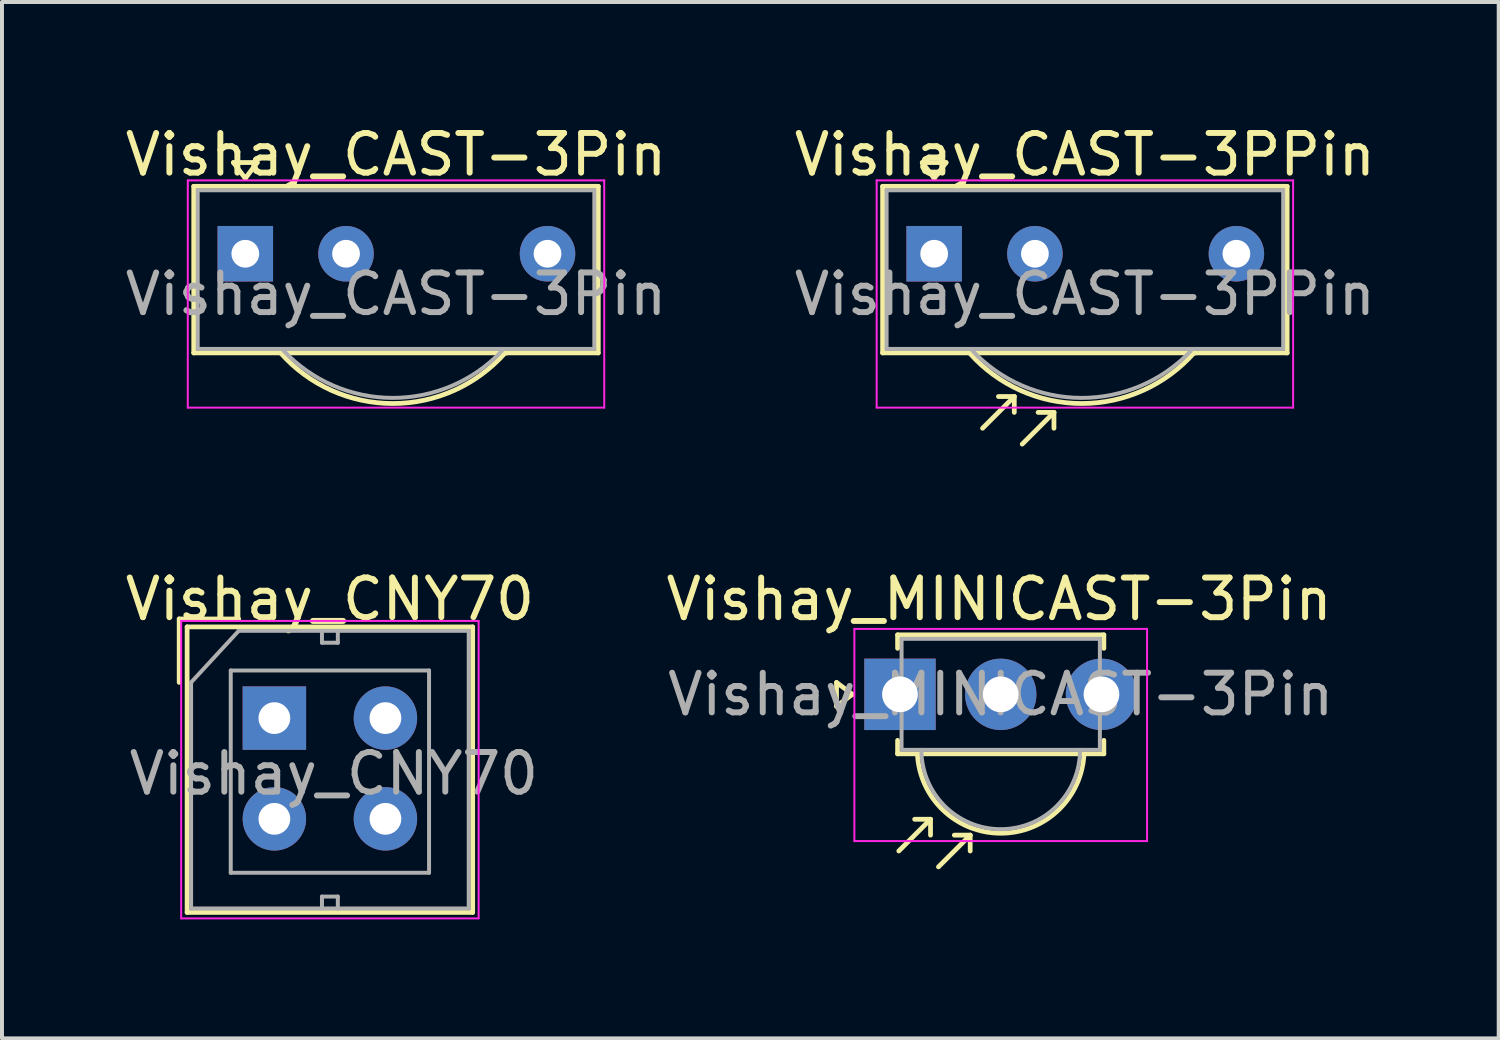
<source format=kicad_pcb>
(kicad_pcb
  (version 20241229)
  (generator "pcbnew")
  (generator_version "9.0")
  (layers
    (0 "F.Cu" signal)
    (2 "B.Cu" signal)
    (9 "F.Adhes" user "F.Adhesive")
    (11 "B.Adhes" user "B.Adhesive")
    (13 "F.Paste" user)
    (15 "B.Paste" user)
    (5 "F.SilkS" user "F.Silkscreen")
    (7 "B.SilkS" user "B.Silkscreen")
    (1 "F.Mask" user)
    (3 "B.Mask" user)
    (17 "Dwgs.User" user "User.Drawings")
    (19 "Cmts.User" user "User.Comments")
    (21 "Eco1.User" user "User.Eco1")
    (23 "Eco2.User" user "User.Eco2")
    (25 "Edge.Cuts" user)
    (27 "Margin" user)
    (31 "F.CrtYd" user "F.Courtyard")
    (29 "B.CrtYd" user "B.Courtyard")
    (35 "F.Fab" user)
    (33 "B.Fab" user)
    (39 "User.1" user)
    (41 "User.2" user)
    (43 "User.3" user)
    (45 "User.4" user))
  (footprint "Vishay_MINICAST-3Pin"
    (layer "F.Cu")
    (at 19.642 14.457)
    (property "Reference" "Vishay_MINICAST-3Pin" (at 2.5 -2.4 180) (layer "F.SilkS") (effects (font (size 1 1) (thickness 0.15))))
    (attr through_hole)
    (fp_line (start -1.6 -0.3) (end -1.6 0.3) (stroke (width 0.12) (type solid)) (layer "F.SilkS"))
    (fp_line (start -1.6 0.3) (end -1.2 0) (stroke (width 0.12) (type solid)) (layer "F.SilkS"))
    (fp_line (start -1.2 0) (end -1.6 -0.3) (stroke (width 0.12) (type solid)) (layer "F.SilkS"))
    (fp_line (start -0.06 -1.5) (end -0.06 -1.16) (stroke (width 0.12) (type solid)) (layer "F.SilkS"))
    (fp_line (start -0.06 1.5) (end -0.06 1.16) (stroke (width 0.12) (type solid)) (layer "F.SilkS"))
    (fp_line (start 0.77 3.15) (end -0.03 3.95) (stroke (width 0.12) (type solid)) (layer "F.SilkS"))
    (fp_line (start 0.77 3.15) (end 0.37 3.15) (stroke (width 0.12) (type solid)) (layer "F.SilkS"))
    (fp_line (start 0.77 3.15) (end 0.77 3.55) (stroke (width 0.12) (type solid)) (layer "F.SilkS"))
    (fp_line (start 1.77 3.55) (end 0.97 4.35) (stroke (width 0.12) (type solid)) (layer "F.SilkS"))
    (fp_line (start 1.77 3.55) (end 1.37 3.55) (stroke (width 0.12) (type solid)) (layer "F.SilkS"))
    (fp_line (start 1.77 3.55) (end 1.77 3.95) (stroke (width 0.12) (type solid)) (layer "F.SilkS"))
    (fp_line (start 5.14 -1.5) (end -0.06 -1.5) (stroke (width 0.12) (type solid)) (layer "F.SilkS"))
    (fp_line (start 5.14 -1.16) (end 5.14 -1.5) (stroke (width 0.12) (type solid)) (layer "F.SilkS"))
    (fp_line (start 5.14 1.16) (end 5.14 1.5) (stroke (width 0.12) (type solid)) (layer "F.SilkS"))
    (fp_line (start 5.14 1.5) (end -0.06 1.5) (stroke (width 0.12) (type solid)) (layer "F.SilkS"))
    (fp_arc (start 4.64 1.5) (mid 2.540869 3.502379) (end 0.440083 1.501736) (stroke (width 0.12) (type solid)) (layer "F.SilkS"))
    (fp_line (start -1.15 -1.65) (end -1.15 3.7) (stroke (width 0.05) (type solid)) (layer "F.CrtYd"))
    (fp_line (start -1.15 -1.65) (end 6.23 -1.65) (stroke (width 0.05) (type solid)) (layer "F.CrtYd"))
    (fp_line (start 6.23 3.7) (end -1.15 3.7) (stroke (width 0.05) (type solid)) (layer "F.CrtYd"))
    (fp_line (start 6.23 3.7) (end 6.23 -1.65) (stroke (width 0.05) (type solid)) (layer "F.CrtYd"))
    (fp_line (start 0.04 -1.4) (end 5.04 -1.4) (stroke (width 0.1) (type solid)) (layer "F.Fab"))
    (fp_line (start 0.04 1.4) (end 0.04 -1.4) (stroke (width 0.1) (type solid)) (layer "F.Fab"))
    (fp_line (start 5.04 -1.4) (end 5.04 1.4) (stroke (width 0.1) (type solid)) (layer "F.Fab"))
    (fp_line (start 5.04 1.4) (end 0.04 1.4) (stroke (width 0.1) (type solid)) (layer "F.Fab"))
    (fp_arc (start 4.54 1.4) (mid 2.54 3.4) (end 0.54 1.4) (stroke (width 0.1) (type solid)) (layer "F.Fab"))
    (fp_text user "${REFERENCE}" (at 2.54 0 0) (layer "F.Fab") (effects (font (size 1 1) (thickness 0.15))))
    (pad "1" thru_hole rect (at 0 0) (size 1.8 1.8) (drill 0.9) (layers "*.Cu" "*.Mask"))
    (pad "2" thru_hole circle (at 2.54 0) (size 1.8 1.8) (drill 0.9) (layers "*.Cu" "*.Mask"))
    (pad "3" thru_hole circle (at 5.08 0) (size 1.8 1.8) (drill 0.9) (layers "*.Cu" "*.Mask")))
  (footprint "Vishay_CNY70"
    (layer "F.Cu")
    (at 3.868 15.056)
    (property "Reference" "Vishay_CNY70" (at 1.4 -3 0) (layer "F.SilkS") (effects (font (size 1 1) (thickness 0.15))))
    (attr through_hole)
    (fp_line (start -2.4 -2.5) (end -0.9 -2.5) (stroke (width 0.12) (type solid)) (layer "F.SilkS"))
    (fp_line (start -2.4 -0.9) (end -2.4 -2.5) (stroke (width 0.12) (type solid)) (layer "F.SilkS"))
    (fp_line (start -2.2 -2.3) (end -2.2 4.9) (stroke (width 0.12) (type solid)) (layer "F.SilkS"))
    (fp_line (start -2.2 4.9) (end 5 4.9) (stroke (width 0.12) (type solid)) (layer "F.SilkS"))
    (fp_line (start 5 -2.3) (end -2.2 -2.3) (stroke (width 0.12) (type solid)) (layer "F.SilkS"))
    (fp_line (start 5 4.9) (end 5 -2.3) (stroke (width 0.12) (type solid)) (layer "F.SilkS"))
    (fp_line (start -2.35 -2.45) (end -2.35 5.05) (stroke (width 0.05) (type solid)) (layer "F.CrtYd"))
    (fp_line (start -2.35 -2.45) (end 5.15 -2.45) (stroke (width 0.05) (type solid)) (layer "F.CrtYd"))
    (fp_line (start 5.15 5.05) (end -2.35 5.05) (stroke (width 0.05) (type solid)) (layer "F.CrtYd"))
    (fp_line (start 5.15 5.05) (end 5.15 -2.45) (stroke (width 0.05) (type solid)) (layer "F.CrtYd"))
    (fp_line (start -2.1 -0.9) (end -0.9 -2.2) (stroke (width 0.1) (type solid)) (layer "F.Fab"))
    (fp_line (start -2.1 4.8) (end -2.1 -0.9) (stroke (width 0.1) (type solid)) (layer "F.Fab"))
    (fp_line (start -1.1 -1.2) (end -1.1 3.9) (stroke (width 0.1) (type solid)) (layer "F.Fab"))
    (fp_line (start -1.1 3.9) (end 3.9 3.9) (stroke (width 0.1) (type solid)) (layer "F.Fab"))
    (fp_line (start -0.9 -2.2) (end 4.9 -2.2) (stroke (width 0.1) (type solid)) (layer "F.Fab"))
    (fp_line (start 1.2 -2.2) (end 1.2 -1.9) (stroke (width 0.1) (type solid)) (layer "F.Fab"))
    (fp_line (start 1.2 -1.9) (end 1.6 -1.9) (stroke (width 0.1) (type solid)) (layer "F.Fab"))
    (fp_line (start 1.2 4.5) (end 1.2 4.8) (stroke (width 0.1) (type solid)) (layer "F.Fab"))
    (fp_line (start 1.6 -1.9) (end 1.6 -2.2) (stroke (width 0.1) (type solid)) (layer "F.Fab"))
    (fp_line (start 1.6 4.5) (end 1.2 4.5) (stroke (width 0.1) (type solid)) (layer "F.Fab"))
    (fp_line (start 1.6 4.8) (end 1.6 4.5) (stroke (width 0.1) (type solid)) (layer "F.Fab"))
    (fp_line (start 3.9 -1.2) (end -1.1 -1.2) (stroke (width 0.1) (type solid)) (layer "F.Fab"))
    (fp_line (start 3.9 3.9) (end 3.9 -1.2) (stroke (width 0.1) (type solid)) (layer "F.Fab"))
    (fp_line (start 4.9 -2.2) (end 4.9 4.8) (stroke (width 0.1) (type solid)) (layer "F.Fab"))
    (fp_line (start 4.9 4.8) (end -2.1 4.8) (stroke (width 0.1) (type solid)) (layer "F.Fab"))
    (fp_text user "${REFERENCE}" (at 1.5 1.4 0) (layer "F.Fab") (effects (font (size 1 1) (thickness 0.15))))
    (pad "1" thru_hole rect (at 0 0) (size 1.6 1.6) (drill 0.8) (layers "*.Cu" "*.Mask"))
    (pad "2" thru_hole circle (at 0 2.54) (size 1.6 1.6) (drill 0.8) (layers "*.Cu" "*.Mask"))
    (pad "3" thru_hole circle (at 2.8 2.54) (size 1.6 1.6) (drill 0.8) (layers "*.Cu" "*.Mask"))
    (pad "4" thru_hole circle (at 2.8 0) (size 1.6 1.6) (drill 0.8) (layers "*.Cu" "*.Mask")))
  (footprint "Vishay_CAST-3PPin"
    (layer "F.Cu")
    (at 20.504 3.348)
    (property "Reference" "Vishay_CAST-3PPin" (at 3.8 -2.5 0) (layer "F.SilkS") (effects (font (size 1 1) (thickness 0.15))))
    (attr through_hole)
    (fp_line (start -1.3 -1.7) (end -1.3 2.5) (stroke (width 0.12) (type solid)) (layer "F.SilkS"))
    (fp_line (start -1.3 2.5) (end 0.9 2.5) (stroke (width 0.12) (type solid)) (layer "F.SilkS"))
    (fp_line (start -0.3 -2.3) (end 0.3 -2.3) (stroke (width 0.12) (type solid)) (layer "F.SilkS"))
    (fp_line (start 0 -1.9) (end -0.3 -2.3) (stroke (width 0.12) (type solid)) (layer "F.SilkS"))
    (fp_line (start 0.3 -2.3) (end 0 -1.9) (stroke (width 0.12) (type solid)) (layer "F.SilkS"))
    (fp_line (start 0.9 2.5) (end 6.6 2.5) (stroke (width 0.12) (type solid)) (layer "F.SilkS"))
    (fp_line (start 2.02 3.6) (end 1.22 4.4) (stroke (width 0.12) (type solid)) (layer "F.SilkS"))
    (fp_line (start 2.02 3.6) (end 1.62 3.6) (stroke (width 0.12) (type solid)) (layer "F.SilkS"))
    (fp_line (start 2.02 3.6) (end 2.02 4) (stroke (width 0.12) (type solid)) (layer "F.SilkS"))
    (fp_line (start 3.02 4) (end 2.22 4.8) (stroke (width 0.12) (type solid)) (layer "F.SilkS"))
    (fp_line (start 3.02 4) (end 2.62 4) (stroke (width 0.12) (type solid)) (layer "F.SilkS"))
    (fp_line (start 3.02 4) (end 3.02 4.4) (stroke (width 0.12) (type solid)) (layer "F.SilkS"))
    (fp_line (start 6.5 2.5) (end 8.9 2.5) (stroke (width 0.12) (type solid)) (layer "F.SilkS"))
    (fp_line (start 8.9 -1.7) (end -1.3 -1.7) (stroke (width 0.12) (type solid)) (layer "F.SilkS"))
    (fp_line (start 8.9 2.5) (end 8.9 -1.7) (stroke (width 0.12) (type solid)) (layer "F.SilkS"))
    (fp_arc (start 6.55 2.5) (mid 3.722825 3.776095) (end 0.893744 2.504232) (stroke (width 0.12) (type solid)) (layer "F.SilkS"))
    (fp_line (start -1.45 -1.85) (end -1.45 3.88) (stroke (width 0.05) (type solid)) (layer "F.CrtYd"))
    (fp_line (start -1.45 -1.85) (end 9.05 -1.85) (stroke (width 0.05) (type solid)) (layer "F.CrtYd"))
    (fp_line (start 9.05 3.88) (end -1.45 3.88) (stroke (width 0.05) (type solid)) (layer "F.CrtYd"))
    (fp_line (start 9.05 3.88) (end 9.05 -1.85) (stroke (width 0.05) (type solid)) (layer "F.CrtYd"))
    (fp_line (start -1.2 -1.6) (end 8.8 -1.6) (stroke (width 0.1) (type solid)) (layer "F.Fab"))
    (fp_line (start -1.2 2.4) (end -1.2 -1.6) (stroke (width 0.1) (type solid)) (layer "F.Fab"))
    (fp_line (start 8.8 -1.6) (end 8.8 2.4) (stroke (width 0.1) (type solid)) (layer "F.Fab"))
    (fp_line (start 8.8 2.4) (end -1.2 2.4) (stroke (width 0.1) (type solid)) (layer "F.Fab"))
    (fp_arc (start 6.47 2.45) (mid 3.710489 3.634496) (end 0.956966 2.436144) (stroke (width 0.1) (type solid)) (layer "F.Fab"))
    (fp_text user "${REFERENCE}" (at 3.8 1.017 0) (layer "F.Fab") (effects (font (size 1 1) (thickness 0.15))))
    (pad "1" thru_hole rect (at 0 0) (size 1.4 1.4) (drill 0.7) (layers "*.Cu" "*.Mask"))
    (pad "2" thru_hole circle (at 2.54 0) (size 1.4 1.4) (drill 0.7) (layers "*.Cu" "*.Mask"))
    (pad "3" thru_hole circle (at 7.62 0) (size 1.4 1.4) (drill 0.7) (layers "*.Cu" "*.Mask")))
  (footprint "Vishay_CAST-3Pin"
    (layer "F.Cu")
    (at 3.135 3.348)
    (property "Reference" "Vishay_CAST-3Pin" (at 3.8 -2.5 0) (layer "F.SilkS") (effects (font (size 1 1) (thickness 0.15))))
    (attr through_hole)
    (fp_line (start -1.3 -1.7) (end -1.3 2.5) (stroke (width 0.12) (type solid)) (layer "F.SilkS"))
    (fp_line (start -1.3 2.5) (end 0.9 2.5) (stroke (width 0.12) (type solid)) (layer "F.SilkS"))
    (fp_line (start -0.3 -2.3) (end 0.3 -2.3) (stroke (width 0.12) (type solid)) (layer "F.SilkS"))
    (fp_line (start 0 -1.9) (end -0.3 -2.3) (stroke (width 0.12) (type solid)) (layer "F.SilkS"))
    (fp_line (start 0.3 -2.3) (end 0 -1.9) (stroke (width 0.12) (type solid)) (layer "F.SilkS"))
    (fp_line (start 0.9 2.5) (end 6.6 2.5) (stroke (width 0.12) (type solid)) (layer "F.SilkS"))
    (fp_line (start 6.5 2.5) (end 8.9 2.5) (stroke (width 0.12) (type solid)) (layer "F.SilkS"))
    (fp_line (start 8.9 -1.7) (end -1.3 -1.7) (stroke (width 0.12) (type solid)) (layer "F.SilkS"))
    (fp_line (start 8.9 2.5) (end 8.9 -1.7) (stroke (width 0.12) (type solid)) (layer "F.SilkS"))
    (fp_arc (start 6.55 2.5) (mid 3.722825 3.776095) (end 0.893744 2.504232) (stroke (width 0.12) (type solid)) (layer "F.SilkS"))
    (fp_line (start -1.45 -1.85) (end -1.45 3.88) (stroke (width 0.05) (type solid)) (layer "F.CrtYd"))
    (fp_line (start -1.45 -1.85) (end 9.05 -1.85) (stroke (width 0.05) (type solid)) (layer "F.CrtYd"))
    (fp_line (start 9.05 3.88) (end -1.45 3.88) (stroke (width 0.05) (type solid)) (layer "F.CrtYd"))
    (fp_line (start 9.05 3.88) (end 9.05 -1.85) (stroke (width 0.05) (type solid)) (layer "F.CrtYd"))
    (fp_line (start -1.2 -1.6) (end 8.8 -1.6) (stroke (width 0.1) (type solid)) (layer "F.Fab"))
    (fp_line (start -1.2 2.4) (end -1.2 -1.6) (stroke (width 0.1) (type solid)) (layer "F.Fab"))
    (fp_line (start 8.8 -1.6) (end 8.8 2.4) (stroke (width 0.1) (type solid)) (layer "F.Fab"))
    (fp_line (start 8.8 2.4) (end -1.2 2.4) (stroke (width 0.1) (type solid)) (layer "F.Fab"))
    (fp_arc (start 6.47 2.45) (mid 3.710489 3.634496) (end 0.956966 2.436144) (stroke (width 0.1) (type solid)) (layer "F.Fab"))
    (fp_text user "${REFERENCE}" (at 3.8 1.017 0) (layer "F.Fab") (effects (font (size 1 1) (thickness 0.15))))
    (pad "1" thru_hole rect (at 0 0) (size 1.4 1.4) (drill 0.7) (layers "*.Cu" "*.Mask"))
    (pad "2" thru_hole circle (at 2.54 0) (size 1.4 1.4) (drill 0.7) (layers "*.Cu" "*.Mask"))
    (pad "3" thru_hole circle (at 7.62 0) (size 1.4 1.4) (drill 0.7) (layers "*.Cu" "*.Mask")))
  (gr_rect
    (start -3 -3)
    (end 34.738 23.131)
    (stroke (width 0.1) (type default))
    (fill no)
    (layer "Edge.Cuts")))
</source>
